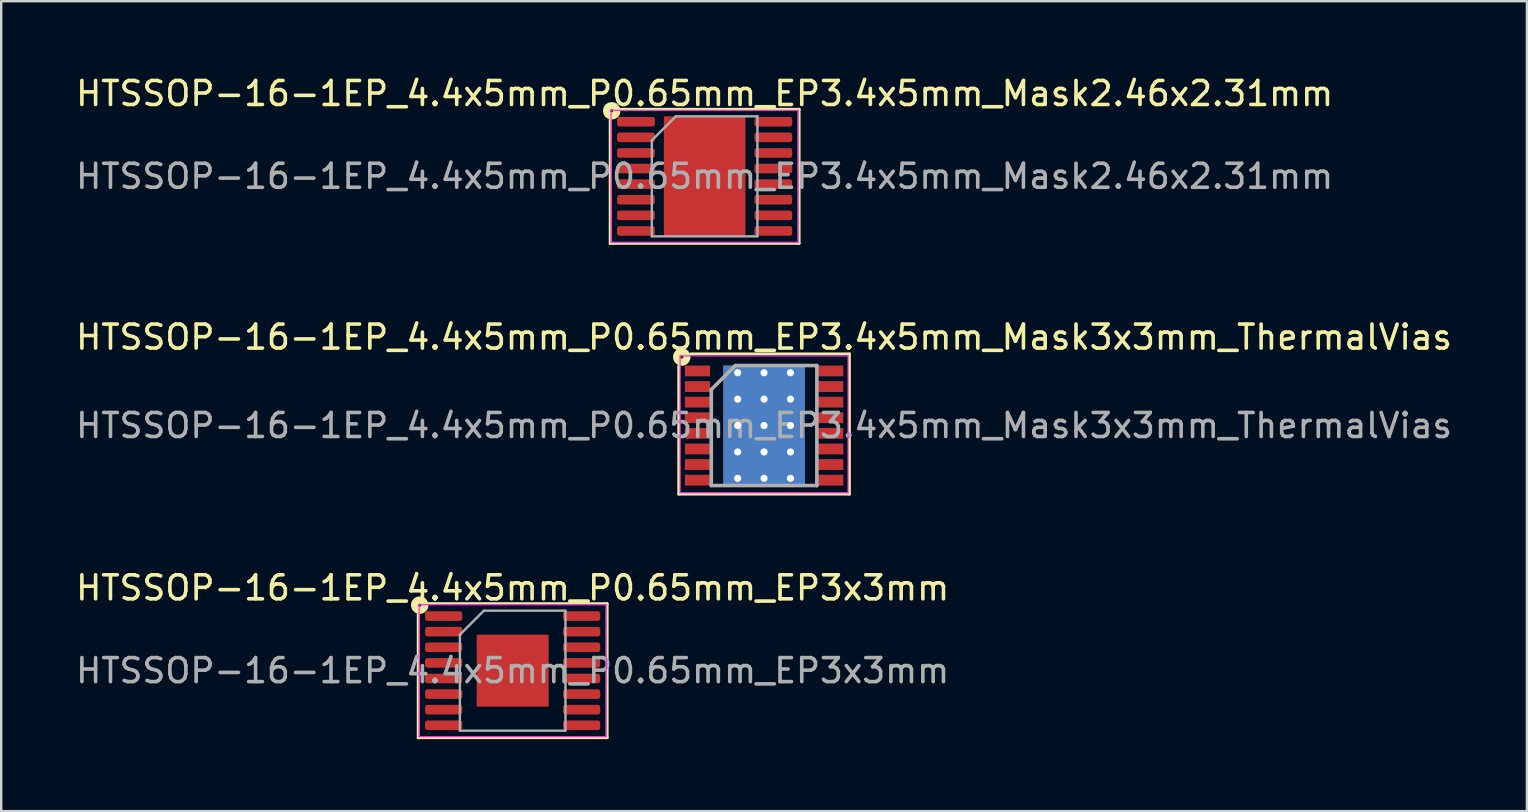
<source format=kicad_pcb>
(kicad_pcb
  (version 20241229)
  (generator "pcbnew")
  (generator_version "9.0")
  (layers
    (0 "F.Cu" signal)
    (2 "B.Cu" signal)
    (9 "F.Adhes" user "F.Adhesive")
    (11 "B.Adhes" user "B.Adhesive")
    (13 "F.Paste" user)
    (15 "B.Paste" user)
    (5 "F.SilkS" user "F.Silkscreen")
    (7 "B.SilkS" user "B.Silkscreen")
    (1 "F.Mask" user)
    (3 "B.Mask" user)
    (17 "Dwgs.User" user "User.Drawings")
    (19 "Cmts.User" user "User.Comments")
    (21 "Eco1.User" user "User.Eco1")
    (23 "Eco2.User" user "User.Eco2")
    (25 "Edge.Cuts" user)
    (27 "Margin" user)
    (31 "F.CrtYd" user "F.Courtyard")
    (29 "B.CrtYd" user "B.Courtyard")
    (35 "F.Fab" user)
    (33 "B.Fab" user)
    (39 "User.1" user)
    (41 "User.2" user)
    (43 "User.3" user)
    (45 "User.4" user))
  (footprint "HTSSOP-16-1EP_4.4x5mm_P0.65mm_EP3.4x5mm_Mask2.46x2.31mm"
    (layer "F.Cu")
    (at 26.315 4.298)
    (property "Reference" "HTSSOP-16-1EP_4.4x5mm_P0.65mm_EP3.4x5mm_Mask2.46x2.31mm" (at 0 -3.45 0) (layer "F.SilkS") (effects (font (size 1 1) (thickness 0.15))))
    (attr smd)
    (fp_line (start -3.937 2.794) (end -3.937 -2.349) (stroke (width 0.12) (type solid)) (layer "F.SilkS"))
    (fp_line (start -3.493 -2.794) (end 3.937 -2.794) (stroke (width 0.12) (type solid)) (layer "F.SilkS"))
    (fp_line (start 3.937 -2.794) (end 3.937 2.794) (stroke (width 0.12) (type solid)) (layer "F.SilkS"))
    (fp_line (start 3.937 2.794) (end -3.937 2.794) (stroke (width 0.12) (type solid)) (layer "F.SilkS"))
    (fp_circle (center -3.873 -2.731) (end -3.81 -2.731) (stroke (width 0.3) (type solid)) (fill no) (layer "F.SilkS"))
    (fp_line (start -3.9 -2.75) (end -3.9 2.75) (stroke (width 0.05) (type solid)) (layer "F.CrtYd"))
    (fp_line (start -3.9 2.75) (end 3.9 2.75) (stroke (width 0.05) (type solid)) (layer "F.CrtYd"))
    (fp_line (start 3.9 -2.75) (end -3.9 -2.75) (stroke (width 0.05) (type solid)) (layer "F.CrtYd"))
    (fp_line (start 3.9 2.75) (end 3.9 -2.75) (stroke (width 0.05) (type solid)) (layer "F.CrtYd"))
    (fp_line (start -2.2 -1.5) (end -1.2 -2.5) (stroke (width 0.1) (type solid)) (layer "F.Fab"))
    (fp_line (start -2.2 2.5) (end -2.2 -1.5) (stroke (width 0.1) (type solid)) (layer "F.Fab"))
    (fp_line (start -1.2 -2.5) (end 2.2 -2.5) (stroke (width 0.1) (type solid)) (layer "F.Fab"))
    (fp_line (start 2.2 -2.5) (end 2.2 2.5) (stroke (width 0.1) (type solid)) (layer "F.Fab"))
    (fp_line (start 2.2 2.5) (end -2.2 2.5) (stroke (width 0.1) (type solid)) (layer "F.Fab"))
    (fp_text user "${REFERENCE}" (at 0 0 0) (layer "F.Fab") (effects (font (size 1 1) (thickness 0.15))))
    (pad "" smd roundrect (at 0 -0.58) (size 1.98 0.93) (layers "F.Paste") (roundrect_rratio 0.25))
    (pad "" smd rect (at 0 0) (size 2.46 2.31) (layers "F.Mask"))
    (pad "" smd roundrect (at 0 0.58) (size 1.98 0.93) (layers "F.Paste") (roundrect_rratio 0.25))
    (pad "1" smd roundrect (at -2.862 -2.275) (size 1.575 0.4) (layers "F.Cu" "F.Mask" "F.Paste") (roundrect_rratio 0.25))
    (pad "2" smd roundrect (at -2.862 -1.625) (size 1.575 0.4) (layers "F.Cu" "F.Mask" "F.Paste") (roundrect_rratio 0.25))
    (pad "3" smd roundrect (at -2.862 -0.975) (size 1.575 0.4) (layers "F.Cu" "F.Mask" "F.Paste") (roundrect_rratio 0.25))
    (pad "4" smd roundrect (at -2.862 -0.325) (size 1.575 0.4) (layers "F.Cu" "F.Mask" "F.Paste") (roundrect_rratio 0.25))
    (pad "5" smd roundrect (at -2.862 0.325) (size 1.575 0.4) (layers "F.Cu" "F.Mask" "F.Paste") (roundrect_rratio 0.25))
    (pad "6" smd roundrect (at -2.862 0.975) (size 1.575 0.4) (layers "F.Cu" "F.Mask" "F.Paste") (roundrect_rratio 0.25))
    (pad "7" smd roundrect (at -2.862 1.625) (size 1.575 0.4) (layers "F.Cu" "F.Mask" "F.Paste") (roundrect_rratio 0.25))
    (pad "8" smd roundrect (at -2.862 2.275) (size 1.575 0.4) (layers "F.Cu" "F.Mask" "F.Paste") (roundrect_rratio 0.25))
    (pad "9" smd roundrect (at 2.862 2.275) (size 1.575 0.4) (layers "F.Cu" "F.Mask" "F.Paste") (roundrect_rratio 0.25))
    (pad "10" smd roundrect (at 2.862 1.625) (size 1.575 0.4) (layers "F.Cu" "F.Mask" "F.Paste") (roundrect_rratio 0.25))
    (pad "11" smd roundrect (at 2.862 0.975) (size 1.575 0.4) (layers "F.Cu" "F.Mask" "F.Paste") (roundrect_rratio 0.25))
    (pad "12" smd roundrect (at 2.862 0.325) (size 1.575 0.4) (layers "F.Cu" "F.Mask" "F.Paste") (roundrect_rratio 0.25))
    (pad "13" smd roundrect (at 2.862 -0.325) (size 1.575 0.4) (layers "F.Cu" "F.Mask" "F.Paste") (roundrect_rratio 0.25))
    (pad "14" smd roundrect (at 2.862 -0.975) (size 1.575 0.4) (layers "F.Cu" "F.Mask" "F.Paste") (roundrect_rratio 0.25))
    (pad "15" smd roundrect (at 2.862 -1.625) (size 1.575 0.4) (layers "F.Cu" "F.Mask" "F.Paste") (roundrect_rratio 0.25))
    (pad "16" smd roundrect (at 2.862 -2.275) (size 1.575 0.4) (layers "F.Cu" "F.Mask" "F.Paste") (roundrect_rratio 0.25))
    (pad "17" smd rect (at 0 0) (size 3.4 5) (layers "F.Cu")))
  (footprint "HTSSOP-16-1EP_4.4x5mm_P0.65mm_EP3x3mm"
    (layer "F.Cu")
    (at 18.315 24.899)
    (property "Reference" "HTSSOP-16-1EP_4.4x5mm_P0.65mm_EP3x3mm" (at 0 -3.45 0) (layer "F.SilkS") (effects (font (size 1 1) (thickness 0.15))))
    (attr smd)
    (fp_line (start -3.937 2.794) (end -3.937 -2.349) (stroke (width 0.12) (type solid)) (layer "F.SilkS"))
    (fp_line (start -3.493 -2.794) (end 3.937 -2.794) (stroke (width 0.12) (type solid)) (layer "F.SilkS"))
    (fp_line (start 3.937 -2.794) (end 3.937 2.794) (stroke (width 0.12) (type solid)) (layer "F.SilkS"))
    (fp_line (start 3.937 2.794) (end -3.937 2.794) (stroke (width 0.12) (type solid)) (layer "F.SilkS"))
    (fp_circle (center -3.873 -2.731) (end -3.81 -2.731) (stroke (width 0.3) (type solid)) (fill no) (layer "F.SilkS"))
    (fp_line (start -3.9 -2.75) (end -3.9 2.75) (stroke (width 0.05) (type solid)) (layer "F.CrtYd"))
    (fp_line (start -3.9 2.75) (end 3.9 2.75) (stroke (width 0.05) (type solid)) (layer "F.CrtYd"))
    (fp_line (start 3.9 -2.75) (end -3.9 -2.75) (stroke (width 0.05) (type solid)) (layer "F.CrtYd"))
    (fp_line (start 3.9 2.75) (end 3.9 -2.75) (stroke (width 0.05) (type solid)) (layer "F.CrtYd"))
    (fp_line (start -2.2 -1.5) (end -1.2 -2.5) (stroke (width 0.1) (type solid)) (layer "F.Fab"))
    (fp_line (start -2.2 2.5) (end -2.2 -1.5) (stroke (width 0.1) (type solid)) (layer "F.Fab"))
    (fp_line (start -1.2 -2.5) (end 2.2 -2.5) (stroke (width 0.1) (type solid)) (layer "F.Fab"))
    (fp_line (start 2.2 -2.5) (end 2.2 2.5) (stroke (width 0.1) (type solid)) (layer "F.Fab"))
    (fp_line (start 2.2 2.5) (end -2.2 2.5) (stroke (width 0.1) (type solid)) (layer "F.Fab"))
    (fp_text user "${REFERENCE}" (at 0 0 0) (layer "F.Fab") (effects (font (size 1 1) (thickness 0.15))))
    (pad "" smd roundrect (at -0.75 -0.75) (size 1.21 1.21) (layers "F.Paste") (roundrect_rratio 0.207))
    (pad "" smd roundrect (at -0.75 0.75) (size 1.21 1.21) (layers "F.Paste") (roundrect_rratio 0.207))
    (pad "" smd roundrect (at 0.75 -0.75) (size 1.21 1.21) (layers "F.Paste") (roundrect_rratio 0.207))
    (pad "" smd roundrect (at 0.75 0.75) (size 1.21 1.21) (layers "F.Paste") (roundrect_rratio 0.207))
    (pad "1" smd roundrect (at -2.875 -2.275) (size 1.55 0.4) (layers "F.Cu" "F.Mask" "F.Paste") (roundrect_rratio 0.25))
    (pad "2" smd roundrect (at -2.875 -1.625) (size 1.55 0.4) (layers "F.Cu" "F.Mask" "F.Paste") (roundrect_rratio 0.25))
    (pad "3" smd roundrect (at -2.875 -0.975) (size 1.55 0.4) (layers "F.Cu" "F.Mask" "F.Paste") (roundrect_rratio 0.25))
    (pad "4" smd roundrect (at -2.875 -0.325) (size 1.55 0.4) (layers "F.Cu" "F.Mask" "F.Paste") (roundrect_rratio 0.25))
    (pad "5" smd roundrect (at -2.875 0.325) (size 1.55 0.4) (layers "F.Cu" "F.Mask" "F.Paste") (roundrect_rratio 0.25))
    (pad "6" smd roundrect (at -2.875 0.975) (size 1.55 0.4) (layers "F.Cu" "F.Mask" "F.Paste") (roundrect_rratio 0.25))
    (pad "7" smd roundrect (at -2.875 1.625) (size 1.55 0.4) (layers "F.Cu" "F.Mask" "F.Paste") (roundrect_rratio 0.25))
    (pad "8" smd roundrect (at -2.875 2.275) (size 1.55 0.4) (layers "F.Cu" "F.Mask" "F.Paste") (roundrect_rratio 0.25))
    (pad "9" smd roundrect (at 2.875 2.275) (size 1.55 0.4) (layers "F.Cu" "F.Mask" "F.Paste") (roundrect_rratio 0.25))
    (pad "10" smd roundrect (at 2.875 1.625) (size 1.55 0.4) (layers "F.Cu" "F.Mask" "F.Paste") (roundrect_rratio 0.25))
    (pad "11" smd roundrect (at 2.875 0.975) (size 1.55 0.4) (layers "F.Cu" "F.Mask" "F.Paste") (roundrect_rratio 0.25))
    (pad "12" smd roundrect (at 2.875 0.325) (size 1.55 0.4) (layers "F.Cu" "F.Mask" "F.Paste") (roundrect_rratio 0.25))
    (pad "13" smd roundrect (at 2.875 -0.325) (size 1.55 0.4) (layers "F.Cu" "F.Mask" "F.Paste") (roundrect_rratio 0.25))
    (pad "14" smd roundrect (at 2.875 -0.975) (size 1.55 0.4) (layers "F.Cu" "F.Mask" "F.Paste") (roundrect_rratio 0.25))
    (pad "15" smd roundrect (at 2.875 -1.625) (size 1.55 0.4) (layers "F.Cu" "F.Mask" "F.Paste") (roundrect_rratio 0.25))
    (pad "16" smd roundrect (at 2.875 -2.275) (size 1.55 0.4) (layers "F.Cu" "F.Mask" "F.Paste") (roundrect_rratio 0.25))
    (pad "17" smd rect (at 0 0) (size 3 3) (layers "F.Cu" "F.Mask")))
  (footprint "HTSSOP-16-1EP_4.4x5mm_P0.65mm_EP3.4x5mm_Mask3x3mm_ThermalVias"
    (layer "F.Cu")
    (at 28.792 14.684)
    (property "Reference" "HTSSOP-16-1EP_4.4x5mm_P0.65mm_EP3.4x5mm_Mask3x3mm_ThermalVias" (at 0 -3.683 0) (layer "F.SilkS") (effects (font (size 1 1) (thickness 0.15))))
    (attr smd)
    (fp_line (start -3.556 -2.477) (end -3.556 2.857) (stroke (width 0.12) (type solid)) (layer "F.SilkS"))
    (fp_line (start -3.556 2.857) (end 3.556 2.857) (stroke (width 0.12) (type solid)) (layer "F.SilkS"))
    (fp_line (start 3.556 -2.985) (end -3.048 -2.985) (stroke (width 0.12) (type solid)) (layer "F.SilkS"))
    (fp_line (start 3.556 2.857) (end 3.556 -2.985) (stroke (width 0.12) (type solid)) (layer "F.SilkS"))
    (fp_circle (center -3.429 -2.857) (end -3.365 -2.857) (stroke (width 0.3) (type solid)) (fill no) (layer "F.SilkS"))
    (fp_line (start -3.5 -2.9) (end -3.5 2.8) (stroke (width 0.05) (type solid)) (layer "F.CrtYd"))
    (fp_line (start -3.5 -2.9) (end 3.5 -2.9) (stroke (width 0.05) (type solid)) (layer "F.CrtYd"))
    (fp_line (start -3.5 2.8) (end 3.5 2.8) (stroke (width 0.05) (type solid)) (layer "F.CrtYd"))
    (fp_line (start 3.5 -2.9) (end 3.5 2.8) (stroke (width 0.05) (type solid)) (layer "F.CrtYd"))
    (fp_line (start -2.2 -1.5) (end -1.2 -2.5) (stroke (width 0.15) (type solid)) (layer "F.Fab"))
    (fp_line (start -2.2 2.5) (end -2.2 -1.5) (stroke (width 0.15) (type solid)) (layer "F.Fab"))
    (fp_line (start -1.2 -2.5) (end 2.2 -2.5) (stroke (width 0.15) (type solid)) (layer "F.Fab"))
    (fp_line (start 2.2 -2.5) (end 2.2 2.5) (stroke (width 0.15) (type solid)) (layer "F.Fab"))
    (fp_line (start 2.2 2.5) (end -2.2 2.5) (stroke (width 0.15) (type solid)) (layer "F.Fab"))
    (fp_text user "${REFERENCE}" (at 0 0 0) (layer "F.Fab") (effects (font (size 1 1) (thickness 0.15))))
    (pad "" smd rect (at -1.325 -0.55 90) (size 0.8 0.25) (layers "F.Paste"))
    (pad "" smd rect (at -1.325 0.55 90) (size 0.8 0.25) (layers "F.Paste"))
    (pad "" smd rect (at -0.55 -1.325) (size 0.8 0.25) (layers "F.Paste"))
    (pad "" smd rect (at -0.55 -0.55) (size 0.85 0.8) (layers "F.Paste"))
    (pad "" smd rect (at -0.55 0.55) (size 0.85 0.85) (layers "F.Paste"))
    (pad "" smd rect (at -0.55 1.325) (size 0.8 0.25) (layers "F.Paste"))
    (pad "" smd rect (at 0 0) (size 3 3) (layers "F.Mask"))
    (pad "" smd rect (at 0.55 -1.325) (size 0.8 0.25) (layers "F.Paste"))
    (pad "" smd rect (at 0.55 -0.55) (size 0.85 0.85) (layers "F.Paste"))
    (pad "" smd rect (at 0.55 0.55) (size 0.85 0.85) (layers "F.Paste"))
    (pad "" smd rect (at 0.55 1.325) (size 0.8 0.25) (layers "F.Paste"))
    (pad "" smd rect (at 1.325 -0.55 90) (size 0.8 0.25) (layers "F.Paste"))
    (pad "" smd rect (at 1.325 0.55 90) (size 0.8 0.25) (layers "F.Paste"))
    (pad "1" smd rect (at -2.775 -2.275) (size 1.05 0.45) (layers "F.Cu" "F.Mask" "F.Paste"))
    (pad "2" smd rect (at -2.775 -1.625) (size 1.05 0.45) (layers "F.Cu" "F.Mask" "F.Paste"))
    (pad "3" smd rect (at -2.775 -0.975) (size 1.05 0.45) (layers "F.Cu" "F.Mask" "F.Paste"))
    (pad "4" smd rect (at -2.775 -0.325) (size 1.05 0.45) (layers "F.Cu" "F.Mask" "F.Paste"))
    (pad "5" smd rect (at -2.775 0.325) (size 1.05 0.45) (layers "F.Cu" "F.Mask" "F.Paste"))
    (pad "6" smd rect (at -2.775 0.975) (size 1.05 0.45) (layers "F.Cu" "F.Mask" "F.Paste"))
    (pad "7" smd rect (at -2.775 1.625) (size 1.05 0.45) (layers "F.Cu" "F.Mask" "F.Paste"))
    (pad "8" smd rect (at -2.775 2.275) (size 1.05 0.45) (layers "F.Cu" "F.Mask" "F.Paste"))
    (pad "9" smd rect (at 2.775 2.275) (size 1.05 0.45) (layers "F.Cu" "F.Mask" "F.Paste"))
    (pad "10" smd rect (at 2.775 1.625) (size 1.05 0.45) (layers "F.Cu" "F.Mask" "F.Paste"))
    (pad "11" smd rect (at 2.775 0.975) (size 1.05 0.45) (layers "F.Cu" "F.Mask" "F.Paste"))
    (pad "12" smd rect (at 2.775 0.325) (size 1.05 0.45) (layers "F.Cu" "F.Mask" "F.Paste"))
    (pad "13" smd rect (at 2.775 -0.325) (size 1.05 0.45) (layers "F.Cu" "F.Mask" "F.Paste"))
    (pad "14" smd rect (at 2.775 -0.975) (size 1.05 0.45) (layers "F.Cu" "F.Mask" "F.Paste"))
    (pad "15" smd rect (at 2.775 -1.625) (size 1.05 0.45) (layers "F.Cu" "F.Mask" "F.Paste"))
    (pad "16" smd rect (at 2.775 -2.275) (size 1.05 0.45) (layers "F.Cu" "F.Mask" "F.Paste"))
    (pad "17" thru_hole circle (at -1.1 -2.2) (size 0.6 0.6) (drill 0.3) (layers "*.Cu"))
    (pad "17" thru_hole circle (at -1.1 -1.1) (size 0.6 0.6) (drill 0.3) (layers "*.Cu"))
    (pad "17" thru_hole circle (at -1.1 0) (size 0.6 0.6) (drill 0.3) (layers "*.Cu"))
    (pad "17" thru_hole circle (at -1.1 1.1) (size 0.6 0.6) (drill 0.3) (layers "*.Cu"))
    (pad "17" thru_hole circle (at -1.1 2.2) (size 0.6 0.6) (drill 0.3) (layers "*.Cu"))
    (pad "17" thru_hole circle (at 0 -2.2) (size 0.6 0.6) (drill 0.3) (layers "*.Cu"))
    (pad "17" thru_hole circle (at 0 -1.1) (size 0.6 0.6) (drill 0.3) (layers "*.Cu"))
    (pad "17" thru_hole circle (at 0 0) (size 0.6 0.6) (drill 0.3) (layers "*.Cu"))
    (pad "17" smd rect (at 0 0) (size 3.4 5) (layers "F.Cu" "F.Mask"))
    (pad "17" smd rect (at 0 0) (size 3.4 5) (layers "B.Cu" "B.Mask"))
    (pad "17" thru_hole circle (at 0 1.1) (size 0.6 0.6) (drill 0.3) (layers "*.Cu"))
    (pad "17" thru_hole circle (at 0 2.2) (size 0.6 0.6) (drill 0.3) (layers "*.Cu"))
    (pad "17" thru_hole circle (at 1.1 -2.2) (size 0.6 0.6) (drill 0.3) (layers "*.Cu"))
    (pad "17" thru_hole circle (at 1.1 -1.1) (size 0.6 0.6) (drill 0.3) (layers "*.Cu"))
    (pad "17" thru_hole circle (at 1.1 0) (size 0.6 0.6) (drill 0.3) (layers "*.Cu"))
    (pad "17" thru_hole circle (at 1.1 1.1) (size 0.6 0.6) (drill 0.3) (layers "*.Cu"))
    (pad "17" thru_hole circle (at 1.1 2.2) (size 0.6 0.6) (drill 0.3) (layers "*.Cu")))
  (gr_rect
    (start -3 -3)
    (end 60.583 30.753)
    (stroke (width 0.1) (type default))
    (fill no)
    (layer "Edge.Cuts")))
</source>
